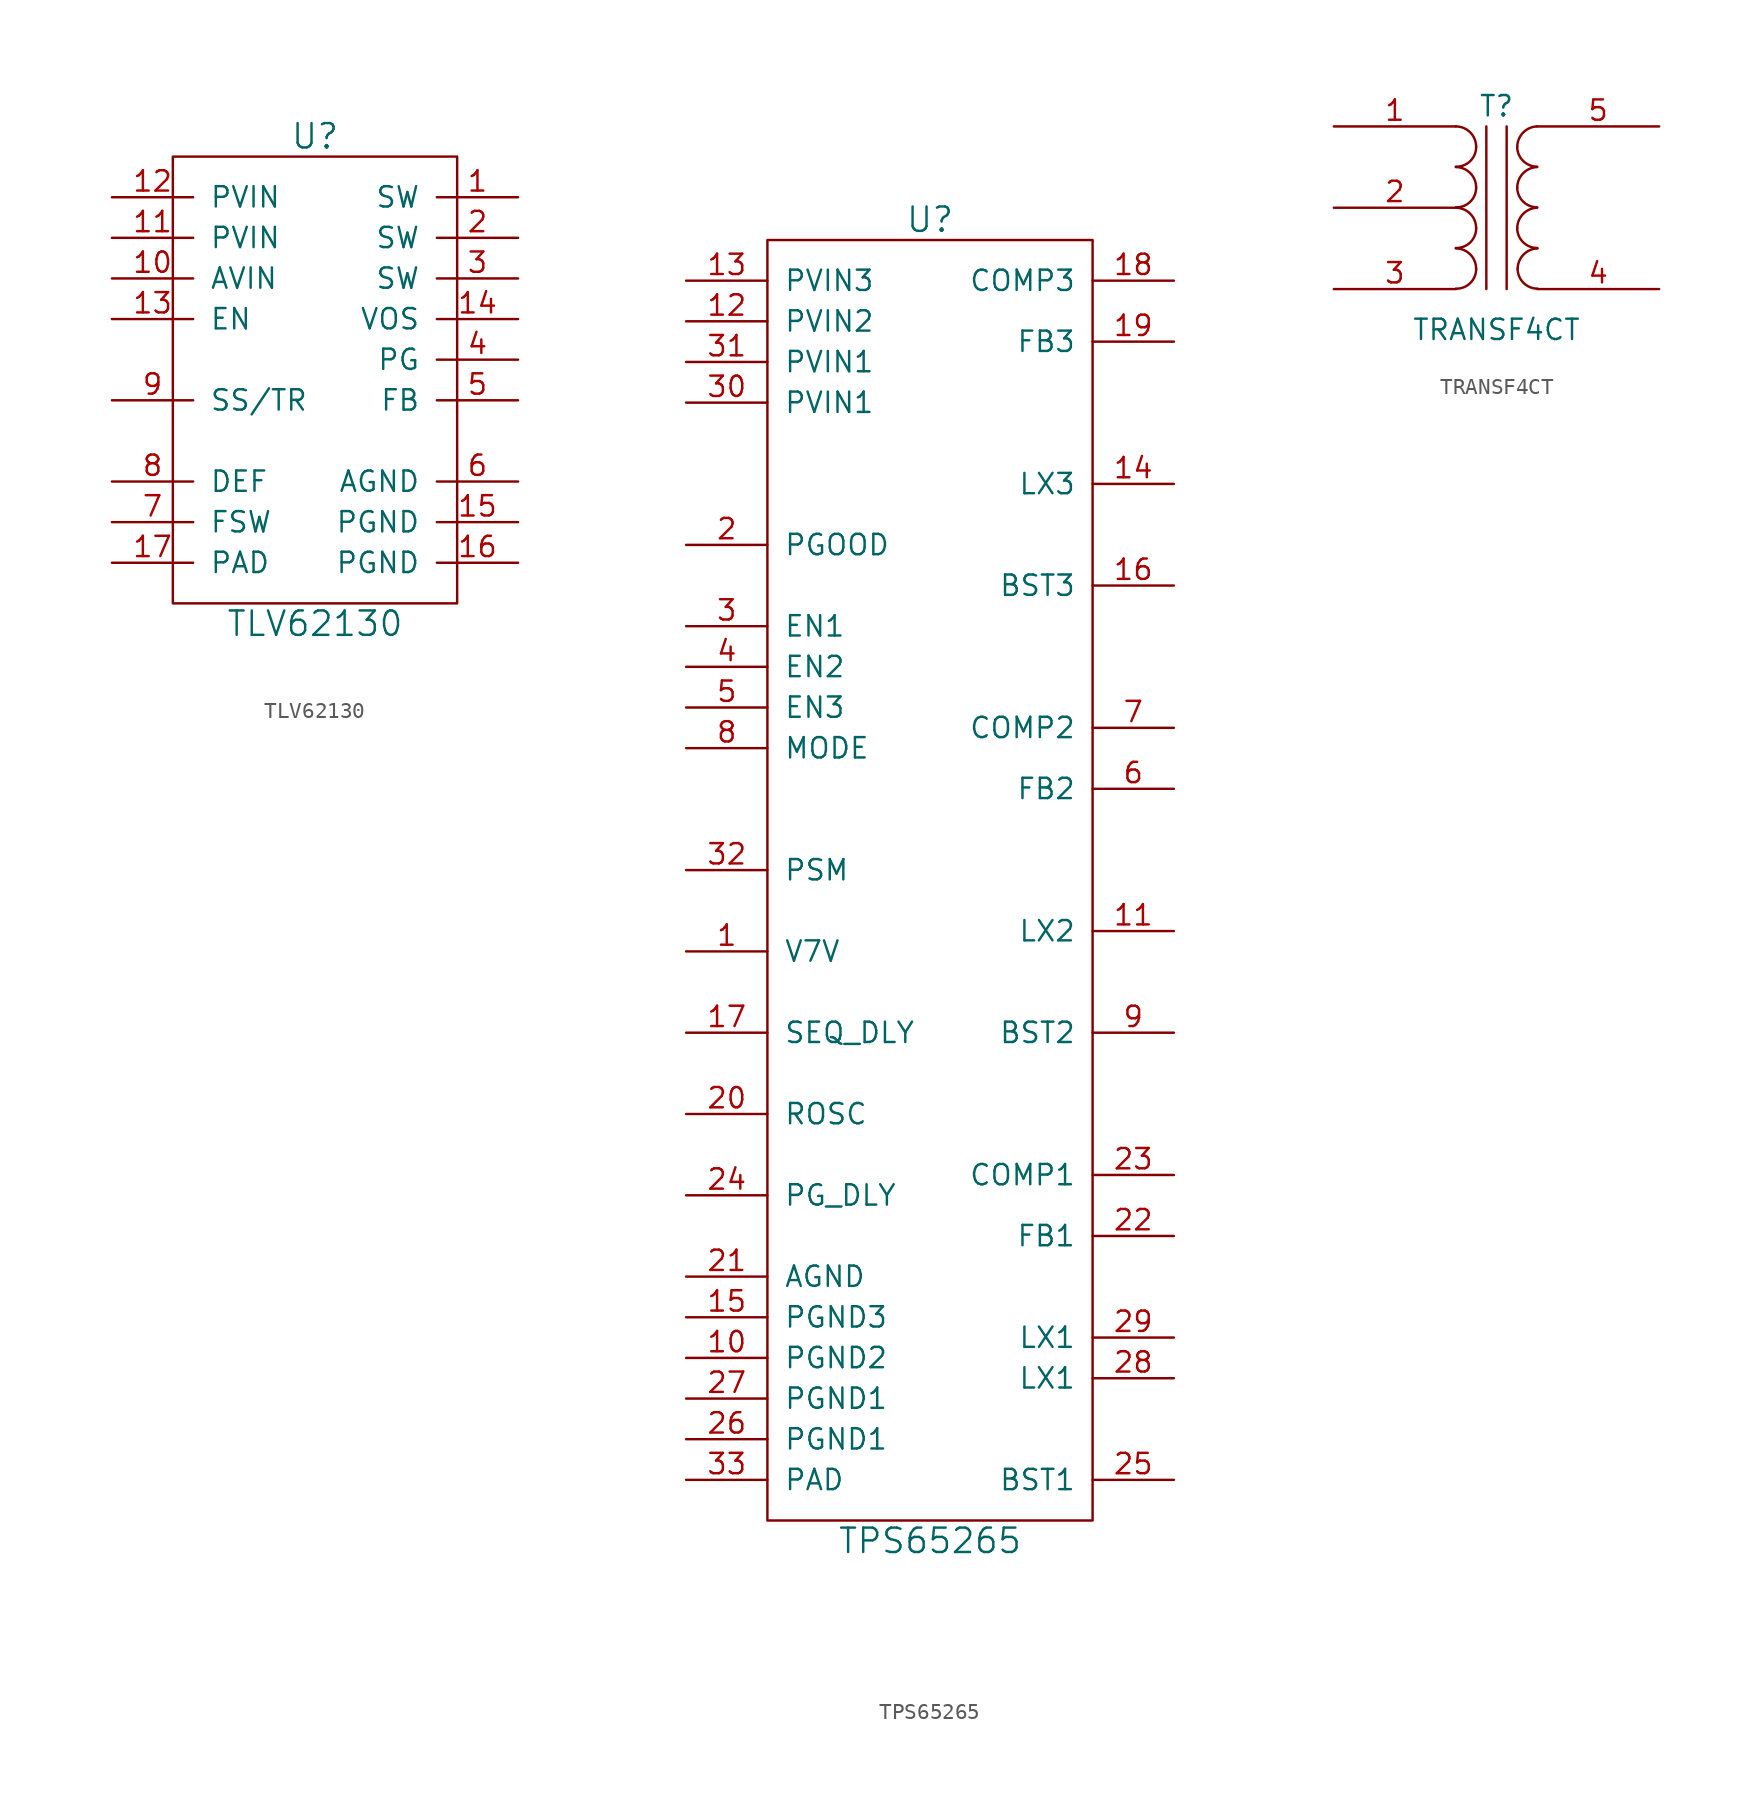
<source format=kicad_sym>
(kicad_symbol_lib
  (version 20210619)
  (generator kicad_symbol_editor)
  (symbol "hermeslite:TLV62130"
    (pin_names
      (offset 1.016))
    (property "Reference" "U"
      (at 12.7 26.67 0)
      (effects (font (size 1.524 1.524))))
    (property "Value" "TLV62130"
      (at 12.7 -3.81 0)
      (effects (font (size 1.524 1.524))))
    (property "Footprint" ""
      (at 0 0 0)
      (effects (font (size 1.524 1.524))))
    (property "Datasheet" ""
      (at 0 0 0)
      (effects (font (size 1.524 1.524))))
    (symbol "TLV62130_0_1"
      (rectangle (start 3.81 25.4) (end 21.59 -2.54) (stroke (width 0)) (fill (type none))))
    (symbol "TLV62130_1_1"
      (pin power_out line (at 25.4 22.86 180) (length 5.08) (name "SW" (effects (font (size 1.27 1.27)))) (number "1" (effects (font (size 1.27 1.27)))))
      (pin power_in line (at 0 17.78 0) (length 5.08) (name "AVIN" (effects (font (size 1.27 1.27)))) (number "10" (effects (font (size 1.27 1.27)))))
      (pin power_in line (at 0 20.32 0) (length 5.08) (name "PVIN" (effects (font (size 1.27 1.27)))) (number "11" (effects (font (size 1.27 1.27)))))
      (pin power_in line (at 0 22.86 0) (length 5.08) (name "PVIN" (effects (font (size 1.27 1.27)))) (number "12" (effects (font (size 1.27 1.27)))))
      (pin input line (at 0 15.24 0) (length 5.08) (name "EN" (effects (font (size 1.27 1.27)))) (number "13" (effects (font (size 1.27 1.27)))))
      (pin input line (at 25.4 15.24 180) (length 5.08) (name "VOS" (effects (font (size 1.27 1.27)))) (number "14" (effects (font (size 1.27 1.27)))))
      (pin power_out line (at 25.4 2.54 180) (length 5.08) (name "PGND" (effects (font (size 1.27 1.27)))) (number "15" (effects (font (size 1.27 1.27)))))
      (pin power_out line (at 25.4 0 180) (length 5.08) (name "PGND" (effects (font (size 1.27 1.27)))) (number "16" (effects (font (size 1.27 1.27)))))
      (pin power_in line (at 0 0 0) (length 5.08) (name "PAD" (effects (font (size 1.27 1.27)))) (number "17" (effects (font (size 1.27 1.27)))))
      (pin power_out line (at 25.4 20.32 180) (length 5.08) (name "SW" (effects (font (size 1.27 1.27)))) (number "2" (effects (font (size 1.27 1.27)))))
      (pin power_out line (at 25.4 17.78 180) (length 5.08) (name "SW" (effects (font (size 1.27 1.27)))) (number "3" (effects (font (size 1.27 1.27)))))
      (pin output line (at 25.4 12.7 180) (length 5.08) (name "PG" (effects (font (size 1.27 1.27)))) (number "4" (effects (font (size 1.27 1.27)))))
      (pin input line (at 25.4 10.16 180) (length 5.08) (name "FB" (effects (font (size 1.27 1.27)))) (number "5" (effects (font (size 1.27 1.27)))))
      (pin power_in line (at 25.4 5.08 180) (length 5.08) (name "AGND" (effects (font (size 1.27 1.27)))) (number "6" (effects (font (size 1.27 1.27)))))
      (pin power_in line (at 0 2.54 0) (length 5.08) (name "FSW" (effects (font (size 1.27 1.27)))) (number "7" (effects (font (size 1.27 1.27)))))
      (pin input line (at 0 5.08 0) (length 5.08) (name "DEF" (effects (font (size 1.27 1.27)))) (number "8" (effects (font (size 1.27 1.27)))))
      (pin input line (at 0 10.16 0) (length 5.08) (name "SS/TR" (effects (font (size 1.27 1.27)))) (number "9" (effects (font (size 1.27 1.27)))))))
  (symbol "hermeslite:TPS65265"
    (pin_names
      (offset 1.016))
    (property "Reference" "U"
      (at 0 81.28 0)
      (effects (font (size 1.524 1.524))))
    (property "Value" "TPS65265"
      (at 0 -1.27 0)
      (effects (font (size 1.524 1.524))))
    (property "Footprint" ""
      (at 0 0 0)
      (effects (font (size 1.524 1.524))))
    (property "Datasheet" ""
      (at 0 0 0)
      (effects (font (size 1.524 1.524))))
    (symbol "TPS65265_0_1"
      (rectangle (start -10.16 80.01) (end 10.16 0) (stroke (width 0)) (fill (type none))))
    (symbol "TPS65265_1_1"
      (pin input line (at -15.24 35.56 0) (length 5.08) (name "V7V" (effects (font (size 1.27 1.27)))) (number "1" (effects (font (size 1.27 1.27)))))
      (pin power_in line (at -15.24 10.16 0) (length 5.08) (name "PGND2" (effects (font (size 1.27 1.27)))) (number "10" (effects (font (size 1.27 1.27)))))
      (pin power_out line (at 15.24 36.83 180) (length 5.08) (name "LX2" (effects (font (size 1.27 1.27)))) (number "11" (effects (font (size 1.27 1.27)))))
      (pin power_in line (at -15.24 74.93 0) (length 5.08) (name "PVIN2" (effects (font (size 1.27 1.27)))) (number "12" (effects (font (size 1.27 1.27)))))
      (pin power_in line (at -15.24 77.47 0) (length 5.08) (name "PVIN3" (effects (font (size 1.27 1.27)))) (number "13" (effects (font (size 1.27 1.27)))))
      (pin power_out line (at 15.24 64.77 180) (length 5.08) (name "LX3" (effects (font (size 1.27 1.27)))) (number "14" (effects (font (size 1.27 1.27)))))
      (pin power_in line (at -15.24 12.7 0) (length 5.08) (name "PGND3" (effects (font (size 1.27 1.27)))) (number "15" (effects (font (size 1.27 1.27)))))
      (pin input line (at 15.24 58.42 180) (length 5.08) (name "BST3" (effects (font (size 1.27 1.27)))) (number "16" (effects (font (size 1.27 1.27)))))
      (pin input line (at -15.24 30.48 0) (length 5.08) (name "SEQ_DLY" (effects (font (size 1.27 1.27)))) (number "17" (effects (font (size 1.27 1.27)))))
      (pin input line (at 15.24 77.47 180) (length 5.08) (name "COMP3" (effects (font (size 1.27 1.27)))) (number "18" (effects (font (size 1.27 1.27)))))
      (pin input line (at 15.24 73.66 180) (length 5.08) (name "FB3" (effects (font (size 1.27 1.27)))) (number "19" (effects (font (size 1.27 1.27)))))
      (pin input line (at -15.24 60.96 0) (length 5.08) (name "PGOOD" (effects (font (size 1.27 1.27)))) (number "2" (effects (font (size 1.27 1.27)))))
      (pin input line (at -15.24 25.4 0) (length 5.08) (name "ROSC" (effects (font (size 1.27 1.27)))) (number "20" (effects (font (size 1.27 1.27)))))
      (pin power_in line (at -15.24 15.24 0) (length 5.08) (name "AGND" (effects (font (size 1.27 1.27)))) (number "21" (effects (font (size 1.27 1.27)))))
      (pin input line (at 15.24 17.78 180) (length 5.08) (name "FB1" (effects (font (size 1.27 1.27)))) (number "22" (effects (font (size 1.27 1.27)))))
      (pin input line (at 15.24 21.59 180) (length 5.08) (name "COMP1" (effects (font (size 1.27 1.27)))) (number "23" (effects (font (size 1.27 1.27)))))
      (pin input line (at -15.24 20.32 0) (length 5.08) (name "PG_DLY" (effects (font (size 1.27 1.27)))) (number "24" (effects (font (size 1.27 1.27)))))
      (pin input line (at 15.24 2.54 180) (length 5.08) (name "BST1" (effects (font (size 1.27 1.27)))) (number "25" (effects (font (size 1.27 1.27)))))
      (pin power_in line (at -15.24 5.08 0) (length 5.08) (name "PGND1" (effects (font (size 1.27 1.27)))) (number "26" (effects (font (size 1.27 1.27)))))
      (pin power_in line (at -15.24 7.62 0) (length 5.08) (name "PGND1" (effects (font (size 1.27 1.27)))) (number "27" (effects (font (size 1.27 1.27)))))
      (pin power_out line (at 15.24 8.89 180) (length 5.08) (name "LX1" (effects (font (size 1.27 1.27)))) (number "28" (effects (font (size 1.27 1.27)))))
      (pin power_out line (at 15.24 11.43 180) (length 5.08) (name "LX1" (effects (font (size 1.27 1.27)))) (number "29" (effects (font (size 1.27 1.27)))))
      (pin input line (at -15.24 55.88 0) (length 5.08) (name "EN1" (effects (font (size 1.27 1.27)))) (number "3" (effects (font (size 1.27 1.27)))))
      (pin power_in line (at -15.24 69.85 0) (length 5.08) (name "PVIN1" (effects (font (size 1.27 1.27)))) (number "30" (effects (font (size 1.27 1.27)))))
      (pin power_in line (at -15.24 72.39 0) (length 5.08) (name "PVIN1" (effects (font (size 1.27 1.27)))) (number "31" (effects (font (size 1.27 1.27)))))
      (pin input line (at -15.24 40.64 0) (length 5.08) (name "PSM" (effects (font (size 1.27 1.27)))) (number "32" (effects (font (size 1.27 1.27)))))
      (pin power_in line (at -15.24 2.54 0) (length 5.08) (name "PAD" (effects (font (size 1.27 1.27)))) (number "33" (effects (font (size 1.27 1.27)))))
      (pin input line (at -15.24 53.34 0) (length 5.08) (name "EN2" (effects (font (size 1.27 1.27)))) (number "4" (effects (font (size 1.27 1.27)))))
      (pin input line (at -15.24 50.8 0) (length 5.08) (name "EN3" (effects (font (size 1.27 1.27)))) (number "5" (effects (font (size 1.27 1.27)))))
      (pin input line (at 15.24 45.72 180) (length 5.08) (name "FB2" (effects (font (size 1.27 1.27)))) (number "6" (effects (font (size 1.27 1.27)))))
      (pin input line (at 15.24 49.53 180) (length 5.08) (name "COMP2" (effects (font (size 1.27 1.27)))) (number "7" (effects (font (size 1.27 1.27)))))
      (pin input line (at -15.24 48.26 0) (length 5.08) (name "MODE" (effects (font (size 1.27 1.27)))) (number "8" (effects (font (size 1.27 1.27)))))
      (pin input line (at 15.24 30.48 180) (length 5.08) (name "BST2" (effects (font (size 1.27 1.27)))) (number "9" (effects (font (size 1.27 1.27)))))))
  (symbol "hermeslite:TRANSF4CT"
    (pin_names
      (offset 1.016) hide)
    (property "Reference" "T"
      (at 0 6.35 0)
      (effects (font (size 1.27 1.27))))
    (property "Value" "TRANSF4CT"
      (at 0 -7.62 0)
      (effects (font (size 1.27 1.27))))
    (property "Footprint" ""
      (at 0 0 0)
      (effects (font (size 1.27 1.27))))
    (property "Datasheet" ""
      (at 0 0 0)
      (effects (font (size 1.27 1.27))))
    (symbol "TRANSF4CT_0_1"
      (arc (start -2.54 -2.54) (end -1.27 -3.81) (radius (at -2.54 -3.81) (length 1.27) (angles 89.9 0.1)) (stroke (width 0)) (fill (type none)))
      (arc (start -1.27 -3.81) (end -2.54 -5.0546) (radius (at -2.54 -3.81) (length 1.27) (angles -0.1 -89.9)) (stroke (width 0)) (fill (type none)))
      (arc (start -2.54 0) (end -1.27 -1.27) (radius (at -2.54 -1.27) (length 1.27) (angles 89.9 0.1)) (stroke (width 0)) (fill (type none)))
      (arc (start -1.27 -1.27) (end -2.54 -2.5146) (radius (at -2.54 -1.27) (length 1.27) (angles -0.1 -89.9)) (stroke (width 0)) (fill (type none)))
      (arc (start -2.54 2.54) (end -1.27 1.27) (radius (at -2.54 1.27) (length 1.27) (angles 89.9 0.1)) (stroke (width 0)) (fill (type none)))
      (arc (start -1.27 1.27) (end -2.54 0.0254) (radius (at -2.54 1.27) (length 1.27) (angles -0.1 -89.9)) (stroke (width 0)) (fill (type none)))
      (arc (start -2.54 5.08) (end -1.27 3.81) (radius (at -2.54 3.81) (length 1.27) (angles 89.9 0.1)) (stroke (width 0)) (fill (type none)))
      (arc (start -1.27 3.81) (end -2.54 2.5654) (radius (at -2.54 3.81) (length 1.27) (angles -0.1 -89.9)) (stroke (width 0)) (fill (type none)))
      (arc (start 2.54 0) (end 1.2954 -1.27) (radius (at 2.54 -1.27) (length 1.27) (angles 89.9 -179.9)) (stroke (width 0)) (fill (type none)))
      (arc (start 1.2954 -1.27) (end 2.54 -2.5146) (radius (at 2.54 -1.27) (length 1.27) (angles 179.9 -89.9)) (stroke (width 0)) (fill (type none)))
      (arc (start 2.54 2.54) (end 1.2954 1.27) (radius (at 2.54 1.27) (length 1.27) (angles 89.9 -179.9)) (stroke (width 0)) (fill (type none)))
      (arc (start 1.2954 1.27) (end 2.54 0.0254) (radius (at 2.54 1.27) (length 1.27) (angles 179.9 -89.9)) (stroke (width 0)) (fill (type none)))
      (arc (start 2.54 5.08) (end 1.2954 3.81) (radius (at 2.54 3.81) (length 1.27) (angles 89.9 -179.9)) (stroke (width 0)) (fill (type none)))
      (arc (start 1.2954 3.81) (end 2.54 2.5654) (radius (at 2.54 3.81) (length 1.27) (angles 179.9 -89.9)) (stroke (width 0)) (fill (type none)))
      (arc (start 2.5654 -2.54) (end 1.3208 -3.81) (radius (at 2.5654 -3.81) (length 1.27) (angles 91 -179.9)) (stroke (width 0)) (fill (type none)))
      (arc (start 2.5654 -5.0546) (end 1.3208 -3.81) (radius (at 2.5654 -3.81) (length 1.27) (angles -91.2 -179.9)) (stroke (width 0)) (fill (type none)))
      (polyline (pts (xy -0.635 5.08) (xy -0.635 -5.08)) (stroke (width 0)) (fill (type none)))
      (polyline (pts (xy 0.635 -5.08) (xy 0.635 5.08)) (stroke (width 0)) (fill (type none))))
    (symbol "TRANSF4CT_1_1"
      (pin passive line (at -10.16 5.08 0) (length 7.62) (name "PR1" (effects (font (size 1.27 1.27)))) (number "1" (effects (font (size 1.27 1.27)))))
      (pin passive line (at -10.16 0 0) (length 7.62) (name "PM" (effects (font (size 1.27 1.27)))) (number "2" (effects (font (size 1.27 1.27)))))
      (pin passive line (at -10.16 -5.08 0) (length 7.62) (name "PR2" (effects (font (size 1.27 1.27)))) (number "3" (effects (font (size 1.27 1.27)))))
      (pin passive line (at 10.16 -5.08 180) (length 7.62) (name "S2" (effects (font (size 1.27 1.27)))) (number "4" (effects (font (size 1.27 1.27)))))
      (pin passive line (at 10.16 5.08 180) (length 7.62) (name "S1" (effects (font (size 1.27 1.27)))) (number "5" (effects (font (size 1.27 1.27))))))))
</source>
